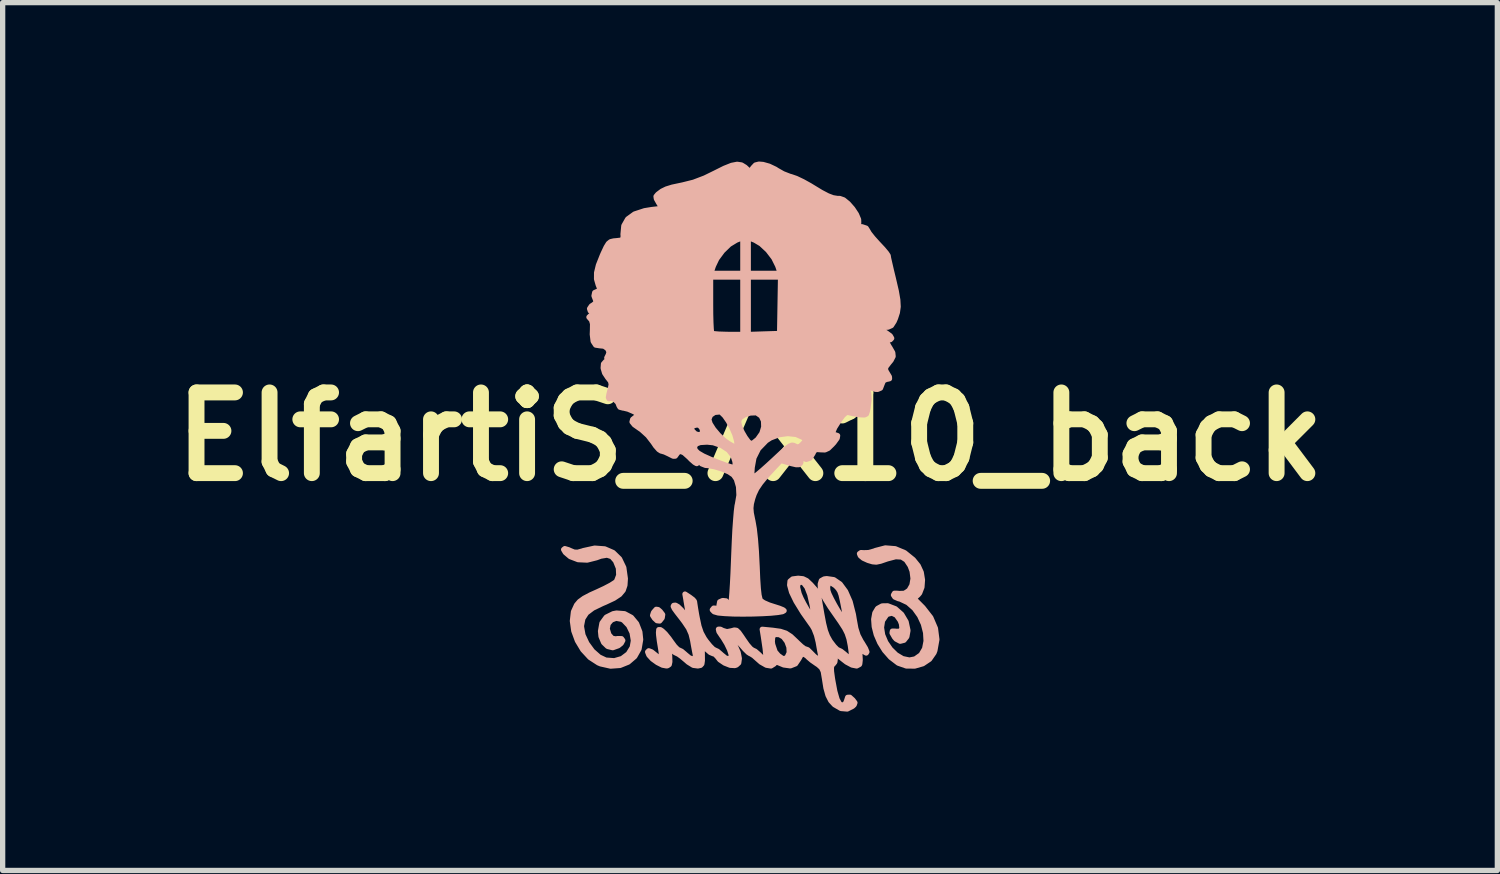
<source format=kicad_pcb>
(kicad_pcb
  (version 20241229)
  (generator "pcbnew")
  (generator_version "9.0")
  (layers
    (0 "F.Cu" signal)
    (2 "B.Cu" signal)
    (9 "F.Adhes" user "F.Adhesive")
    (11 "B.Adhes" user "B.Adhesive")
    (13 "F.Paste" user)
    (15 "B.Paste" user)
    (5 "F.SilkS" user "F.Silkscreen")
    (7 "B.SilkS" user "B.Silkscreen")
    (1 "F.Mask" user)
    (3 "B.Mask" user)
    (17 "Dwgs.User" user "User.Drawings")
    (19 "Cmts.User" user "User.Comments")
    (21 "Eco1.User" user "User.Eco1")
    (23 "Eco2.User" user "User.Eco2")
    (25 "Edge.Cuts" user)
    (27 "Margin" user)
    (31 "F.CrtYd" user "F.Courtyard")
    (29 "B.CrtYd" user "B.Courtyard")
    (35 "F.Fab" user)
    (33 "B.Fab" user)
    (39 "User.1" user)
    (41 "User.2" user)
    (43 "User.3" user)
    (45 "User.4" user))
  (footprint "ElfartiS_7x10_back"
    (layer "F.Cu")
    (at 11.111 5.194)
    (property "Reference" "ElfartiS_7x10_back" (at 0 0 0) (layer "F.SilkS") (effects (font (size 1.524 1.524) (thickness 0.3))))
    (attr exclude_from_pos_files exclude_from_bom)
    (fp_circle (center -0.15 0.3) (end -0.05 0.3) (stroke (width 0.15) (type solid)) (fill no) (layer "B.SilkS"))
    (fp_poly (pts (xy -1.65 3.36) (xy -1.659 3.42) (xy -1.662 3.425) (xy -1.706 3.48) (xy -1.756 3.474) (xy -1.804 3.429) (xy -1.839 3.375) (xy -1.823 3.323) (xy -1.81 3.305) (xy -1.771 3.261) (xy -1.736 3.266) (xy -1.695 3.301) (xy -1.65 3.36)) (stroke (width 0.1) (type solid)) (fill yes) (layer "B.SilkS"))
    (fp_poly (pts (xy -2.066 3.832) (xy -2.096 4.008) (xy -2.177 4.151) (xy -2.301 4.257) (xy -2.455 4.319) (xy -2.632 4.332) (xy -2.819 4.29) (xy -2.864 4.271) (xy -3.023 4.168) (xy -3.156 4.024) (xy -3.259 3.853) (xy -3.327 3.667) (xy -3.353 3.48) (xy -3.333 3.307) (xy -3.275 3.18) (xy -3.219 3.114) (xy -3.135 3.053) (xy -3.01 2.987) (xy -2.883 2.93) (xy -2.744 2.865) (xy -2.626 2.803) (xy -2.545 2.751) (xy -2.52 2.728) (xy -2.478 2.617) (xy -2.484 2.482) (xy -2.539 2.347) (xy -2.54 2.345) (xy -2.61 2.265) (xy -2.699 2.236) (xy -2.819 2.256) (xy -2.901 2.286) (xy -3.075 2.33) (xy -3.245 2.322) (xy -3.394 2.265) (xy -3.487 2.186) (xy -3.519 2.132) (xy -3.497 2.115) (xy -3.425 2.137) (xy -3.395 2.151) (xy -3.322 2.181) (xy -3.256 2.184) (xy -3.166 2.16) (xy -3.144 2.152) (xy -2.933 2.106) (xy -2.744 2.12) (xy -2.585 2.189) (xy -2.463 2.308) (xy -2.384 2.473) (xy -2.355 2.68) (xy -2.355 2.682) (xy -2.363 2.805) (xy -2.395 2.9) (xy -2.461 2.979) (xy -2.57 3.051) (xy -2.732 3.127) (xy -2.789 3.151) (xy -2.969 3.238) (xy -3.089 3.329) (xy -3.157 3.435) (xy -3.182 3.563) (xy -3.183 3.59) (xy -3.155 3.746) (xy -3.081 3.905) (xy -2.975 4.05) (xy -2.849 4.161) (xy -2.724 4.22) (xy -2.561 4.232) (xy -2.416 4.19) (xy -2.299 4.102) (xy -2.223 3.979) (xy -2.201 3.852) (xy -2.226 3.701) (xy -2.291 3.567) (xy -2.385 3.469) (xy -2.421 3.448) (xy -2.529 3.428) (xy -2.618 3.462) (xy -2.679 3.533) (xy -2.698 3.629) (xy -2.666 3.735) (xy -2.659 3.746) (xy -2.604 3.808) (xy -2.535 3.82) (xy -2.503 3.814) (xy -2.427 3.815) (xy -2.403 3.848) (xy -2.432 3.902) (xy -2.488 3.947) (xy -2.592 3.984) (xy -2.687 3.961) (xy -2.764 3.887) (xy -2.812 3.772) (xy -2.822 3.672) (xy -2.795 3.52) (xy -2.714 3.409) (xy -2.584 3.344) (xy -2.52 3.332) (xy -2.369 3.344) (xy -2.24 3.413) (xy -2.142 3.531) (xy -2.081 3.688) (xy -2.066 3.832)) (stroke (width 0.1) (type solid)) (fill yes) (layer "B.SilkS"))
    (fp_poly (pts (xy 3.527 3.83) (xy 3.49 4.037) (xy 3.473 4.081) (xy 3.389 4.202) (xy 3.262 4.287) (xy 3.109 4.331) (xy 2.95 4.329) (xy 2.801 4.277) (xy 2.792 4.271) (xy 2.655 4.166) (xy 2.541 4.036) (xy 2.45 3.89) (xy 2.384 3.737) (xy 2.346 3.587) (xy 2.336 3.448) (xy 2.357 3.331) (xy 2.409 3.244) (xy 2.495 3.197) (xy 2.599 3.195) (xy 2.743 3.25) (xy 2.863 3.356) (xy 2.946 3.496) (xy 2.98 3.655) (xy 2.98 3.666) (xy 2.96 3.777) (xy 2.907 3.844) (xy 2.835 3.862) (xy 2.759 3.822) (xy 2.728 3.786) (xy 2.683 3.708) (xy 2.688 3.673) (xy 2.745 3.674) (xy 2.76 3.677) (xy 2.836 3.675) (xy 2.87 3.625) (xy 2.86 3.535) (xy 2.835 3.471) (xy 2.765 3.372) (xy 2.682 3.331) (xy 2.597 3.352) (xy 2.573 3.37) (xy 2.501 3.476) (xy 2.481 3.604) (xy 2.503 3.744) (xy 2.562 3.884) (xy 2.65 4.013) (xy 2.758 4.119) (xy 2.88 4.192) (xy 3.009 4.219) (xy 3.119 4.198) (xy 3.229 4.12) (xy 3.297 4.004) (xy 3.325 3.86) (xy 3.316 3.701) (xy 3.274 3.537) (xy 3.202 3.381) (xy 3.103 3.243) (xy 2.98 3.134) (xy 2.836 3.066) (xy 2.802 3.058) (xy 2.735 3.029) (xy 2.709 2.99) (xy 2.727 2.958) (xy 2.789 2.959) (xy 2.81 2.963) (xy 2.918 2.959) (xy 3.003 2.902) (xy 3.058 2.805) (xy 3.079 2.68) (xy 3.061 2.539) (xy 3.023 2.438) (xy 2.95 2.328) (xy 2.863 2.272) (xy 2.749 2.266) (xy 2.596 2.306) (xy 2.58 2.311) (xy 2.464 2.351) (xy 2.384 2.368) (xy 2.315 2.362) (xy 2.232 2.337) (xy 2.229 2.336) (xy 2.139 2.295) (xy 2.083 2.249) (xy 2.067 2.21) (xy 2.095 2.19) (xy 2.151 2.193) (xy 2.238 2.19) (xy 2.344 2.161) (xy 2.371 2.15) (xy 2.555 2.102) (xy 2.741 2.117) (xy 2.92 2.192) (xy 3.082 2.323) (xy 3.175 2.438) (xy 3.232 2.563) (xy 3.255 2.705) (xy 3.245 2.842) (xy 3.202 2.953) (xy 3.173 2.987) (xy 3.095 3.057) (xy 3.267 3.23) (xy 3.413 3.417) (xy 3.5 3.62) (xy 3.527 3.83)) (stroke (width 0.1) (type solid)) (fill yes) (layer "B.SilkS"))
    (fp_poly (pts (xy 2.206 4.064) (xy 2.193 4.085) (xy 2.143 4.056) (xy 2.123 4.039) (xy 2.081 4.005) (xy 2.065 4.012) (xy 2.068 4.07) (xy 2.074 4.119) (xy 2.079 4.217) (xy 2.071 4.289) (xy 2.066 4.301) (xy 2.013 4.329) (xy 1.927 4.312) (xy 1.822 4.256) (xy 1.749 4.199) (xy 1.673 4.138) (xy 1.617 4.102) (xy 1.604 4.098) (xy 1.565 4.072) (xy 1.53 4.027) (xy 1.487 3.976) (xy 1.465 3.986) (xy 1.47 4.053) (xy 1.475 4.075) (xy 1.505 4.135) (xy 1.54 4.144) (xy 1.586 4.151) (xy 1.608 4.197) (xy 1.601 4.255) (xy 1.574 4.289) (xy 1.547 4.316) (xy 1.535 4.359) (xy 1.537 4.431) (xy 1.553 4.55) (xy 1.56 4.595) (xy 1.6 4.81) (xy 1.643 4.96) (xy 1.69 5.047) (xy 1.743 5.075) (xy 1.752 5.074) (xy 1.804 5.035) (xy 1.823 4.987) (xy 1.844 4.923) (xy 1.884 4.921) (xy 1.942 4.973) (xy 1.98 5.024) (xy 1.966 5.063) (xy 1.936 5.091) (xy 1.835 5.142) (xy 1.718 5.132) (xy 1.597 5.062) (xy 1.595 5.061) (xy 1.525 4.985) (xy 1.473 4.883) (xy 1.434 4.743) (xy 1.403 4.548) (xy 1.402 4.544) (xy 1.383 4.432) (xy 1.35 4.363) (xy 1.291 4.309) (xy 1.256 4.286) (xy 1.167 4.224) (xy 1.099 4.166) (xy 1.088 4.153) (xy 1.021 4.103) (xy 0.964 4.119) (xy 0.92 4.198) (xy 0.858 4.289) (xy 0.761 4.327) (xy 0.741 4.324) (xy 0.741 4.079) (xy 0.736 3.975) (xy 0.697 3.869) (xy 0.632 3.782) (xy 0.556 3.738) (xy 0.471 3.733) (xy 0.427 3.775) (xy 0.42 3.87) (xy 0.427 3.924) (xy 0.474 4.063) (xy 0.534 4.133) (xy 0.607 4.185) (xy 0.654 4.195) (xy 0.697 4.166) (xy 0.704 4.159) (xy 0.741 4.079) (xy 0.741 4.324) (xy 0.638 4.31) (xy 0.595 4.292) (xy 0.52 4.261) (xy 0.48 4.262) (xy 0.453 4.293) (xy 0.395 4.329) (xy 0.309 4.315) (xy 0.207 4.257) (xy 0.141 4.199) (xy 0.07 4.136) (xy 0.015 4.101) (xy 0.004 4.098) (xy -0.035 4.073) (xy -0.098 4.011) (xy -0.14 3.962) (xy -0.21 3.885) (xy -0.27 3.836) (xy -0.294 3.827) (xy -0.329 3.832) (xy -0.333 3.858) (xy -0.303 3.917) (xy -0.271 3.97) (xy -0.225 4.075) (xy -0.204 4.182) (xy -0.203 4.19) (xy -0.214 4.272) (xy -0.257 4.311) (xy -0.287 4.321) (xy -0.374 4.316) (xy -0.478 4.275) (xy -0.57 4.213) (xy -0.622 4.148) (xy -0.668 4.103) (xy -0.695 4.098) (xy -0.751 4.074) (xy -0.819 4.015) (xy -0.827 4.006) (xy -0.906 3.914) (xy -0.902 4.116) (xy -0.901 4.228) (xy -0.91 4.29) (xy -0.935 4.318) (xy -0.983 4.328) (xy -0.988 4.328) (xy -1.071 4.317) (xy -1.166 4.258) (xy -1.212 4.218) (xy -1.292 4.151) (xy -1.353 4.107) (xy -1.373 4.098) (xy -1.416 4.077) (xy -1.465 4.04) (xy -1.502 4.009) (xy -1.52 4.015) (xy -1.523 4.068) (xy -1.518 4.15) (xy -1.515 4.251) (xy -1.526 4.303) (xy -1.558 4.325) (xy -1.576 4.328) (xy -1.652 4.314) (xy -1.749 4.265) (xy -1.842 4.198) (xy -1.908 4.126) (xy -1.909 4.125) (xy -1.933 4.065) (xy -1.912 4.044) (xy -1.859 4.064) (xy -1.795 4.115) (xy -1.728 4.17) (xy -1.682 4.194) (xy -1.674 4.192) (xy -1.67 4.151) (xy -1.677 4.064) (xy -1.691 3.976) (xy -1.711 3.854) (xy -1.724 3.748) (xy -1.727 3.7) (xy -1.722 3.645) (xy -1.692 3.646) (xy -1.659 3.668) (xy -1.601 3.723) (xy -1.529 3.812) (xy -1.486 3.873) (xy -1.422 3.96) (xy -1.366 4.017) (xy -1.34 4.03) (xy -1.291 4.053) (xy -1.225 4.109) (xy -1.219 4.115) (xy -1.141 4.179) (xy -1.075 4.2) (xy -1.035 4.179) (xy -1.031 4.123) (xy -1.046 4.048) (xy -1.067 3.936) (xy -1.082 3.849) (xy -1.112 3.725) (xy -1.16 3.616) (xy -1.241 3.495) (xy -1.286 3.435) (xy -1.377 3.318) (xy -1.43 3.245) (xy -1.449 3.204) (xy -1.441 3.187) (xy -1.409 3.183) (xy -1.408 3.183) (xy -1.362 3.209) (xy -1.296 3.273) (xy -1.252 3.327) (xy -1.144 3.471) (xy -1.166 3.336) (xy -1.187 3.214) (xy -1.207 3.097) (xy -1.208 3.087) (xy -1.228 2.973) (xy -1.139 3.031) (xy -1.077 3.078) (xy -1.05 3.111) (xy -1.05 3.111) (xy -1.044 3.152) (xy -1.03 3.243) (xy -1.009 3.367) (xy -1 3.414) (xy -0.965 3.58) (xy -0.923 3.704) (xy -0.864 3.812) (xy -0.828 3.863) (xy -0.757 3.951) (xy -0.696 4.012) (xy -0.663 4.03) (xy -0.613 4.053) (xy -0.548 4.109) (xy -0.542 4.115) (xy -0.457 4.184) (xy -0.389 4.195) (xy -0.357 4.167) (xy -0.356 4.112) (xy -0.386 4.02) (xy -0.439 3.909) (xy -0.506 3.799) (xy -0.529 3.767) (xy -0.586 3.682) (xy -0.596 3.637) (xy -0.56 3.637) (xy -0.516 3.66) (xy -0.436 3.684) (xy -0.35 3.667) (xy -0.296 3.652) (xy -0.255 3.658) (xy -0.213 3.698) (xy -0.155 3.78) (xy -0.121 3.831) (xy -0.052 3.93) (xy 0.009 4.001) (xy 0.048 4.03) (xy 0.049 4.03) (xy 0.098 4.053) (xy 0.163 4.109) (xy 0.169 4.115) (xy 0.231 4.175) (xy 0.271 4.2) (xy 0.293 4.182) (xy 0.298 4.117) (xy 0.286 3.999) (xy 0.26 3.821) (xy 0.253 3.775) (xy 0.231 3.638) (xy 0.429 3.657) (xy 0.571 3.677) (xy 0.676 3.711) (xy 0.77 3.772) (xy 0.876 3.872) (xy 0.895 3.891) (xy 0.971 3.962) (xy 1.03 4.005) (xy 1.053 4.011) (xy 1.089 4.024) (xy 1.141 4.075) (xy 1.141 4.075) (xy 1.215 4.15) (xy 1.28 4.196) (xy 1.335 4.22) (xy 1.347 4.199) (xy 1.34 4.159) (xy 1.325 4.083) (xy 1.304 3.97) (xy 1.288 3.878) (xy 1.256 3.748) (xy 1.21 3.63) (xy 1.209 3.628) (xy 1.209 3.442) (xy 1.208 3.407) (xy 1.197 3.322) (xy 1.178 3.204) (xy 1.173 3.175) (xy 1.129 2.982) (xy 1.075 2.843) (xy 1.014 2.762) (xy 0.963 2.743) (xy 0.908 2.767) (xy 0.895 2.84) (xy 0.926 2.965) (xy 0.929 2.973) (xy 0.963 3.053) (xy 1.015 3.154) (xy 1.075 3.259) (xy 1.133 3.352) (xy 1.18 3.419) (xy 1.207 3.443) (xy 1.209 3.442) (xy 1.209 3.628) (xy 1.177 3.573) (xy 1 3.322) (xy 0.869 3.109) (xy 0.785 2.935) (xy 0.749 2.803) (xy 0.756 2.729) (xy 0.806 2.688) (xy 0.909 2.675) (xy 0.998 2.684) (xy 1.07 2.719) (xy 1.15 2.795) (xy 1.164 2.811) (xy 1.232 2.888) (xy 1.277 2.94) (xy 1.287 2.955) (xy 1.293 2.99) (xy 1.307 3.077) (xy 1.329 3.205) (xy 1.353 3.344) (xy 1.388 3.53) (xy 1.422 3.666) (xy 1.461 3.769) (xy 1.51 3.857) (xy 1.524 3.877) (xy 1.589 3.962) (xy 1.644 4.018) (xy 1.668 4.03) (xy 1.716 4.052) (xy 1.785 4.106) (xy 1.801 4.121) (xy 1.866 4.174) (xy 1.909 4.195) (xy 1.914 4.193) (xy 1.918 4.153) (xy 1.911 4.065) (xy 1.895 3.947) (xy 1.893 3.936) (xy 1.869 3.815) (xy 1.836 3.715) (xy 1.809 3.66) (xy 1.809 3.458) (xy 1.798 3.377) (xy 1.778 3.264) (xy 1.775 3.247) (xy 1.744 3.091) (xy 1.72 2.987) (xy 1.695 2.918) (xy 1.664 2.868) (xy 1.622 2.823) (xy 1.611 2.813) (xy 1.533 2.761) (xy 1.482 2.769) (xy 1.463 2.836) (xy 1.468 2.906) (xy 1.49 2.97) (xy 1.537 3.067) (xy 1.598 3.181) (xy 1.665 3.296) (xy 1.729 3.396) (xy 1.78 3.465) (xy 1.808 3.488) (xy 1.809 3.458) (xy 1.809 3.66) (xy 1.785 3.614) (xy 1.705 3.491) (xy 1.652 3.415) (xy 1.514 3.217) (xy 1.417 3.061) (xy 1.357 2.939) (xy 1.329 2.844) (xy 1.327 2.783) (xy 1.347 2.718) (xy 1.401 2.688) (xy 1.448 2.682) (xy 1.581 2.701) (xy 1.701 2.783) (xy 1.804 2.923) (xy 1.889 3.116) (xy 1.951 3.359) (xy 1.966 3.45) (xy 1.997 3.621) (xy 2.038 3.751) (xy 2.097 3.864) (xy 2.118 3.896) (xy 2.18 3.999) (xy 2.206 4.064)) (stroke (width 0.1) (type solid)) (fill yes) (layer "B.SilkS"))
    (fp_poly (pts (xy 2.796 -2.454) (xy 2.781 -2.344) (xy 2.746 -2.236) (xy 2.72 -2.176) (xy 2.669 -2.097) (xy 2.604 -2.068) (xy 2.57 -2.066) (xy 2.493 -2.057) (xy 2.48 -2.029) (xy 2.533 -1.982) (xy 2.574 -1.957) (xy 2.648 -1.903) (xy 2.674 -1.857) (xy 2.649 -1.831) (xy 2.625 -1.829) (xy 2.583 -1.818) (xy 2.582 -1.78) (xy 2.624 -1.704) (xy 2.642 -1.676) (xy 2.694 -1.585) (xy 2.701 -1.516) (xy 2.663 -1.442) (xy 2.621 -1.391) (xy 2.567 -1.32) (xy 2.553 -1.273) (xy 2.575 -1.222) (xy 2.587 -1.203) (xy 2.631 -1.129) (xy 2.633 -1.094) (xy 2.591 -1.084) (xy 2.577 -1.084) (xy 2.518 -1.055) (xy 2.49 -0.986) (xy 2.472 -0.939) (xy 2.472 -1.072) (xy 2.462 -1.102) (xy 2.423 -1.137) (xy 2.356 -1.177) (xy 2.321 -1.182) (xy 2.33 -1.156) (xy 2.37 -1.119) (xy 2.433 -1.079) (xy 2.471 -1.071) (xy 2.472 -1.072) (xy 2.472 -0.939) (xy 2.463 -0.916) (xy 2.409 -0.893) (xy 2.371 -0.894) (xy 2.276 -0.923) (xy 2.209 -0.974) (xy 2.149 -1.023) (xy 2.11 -1.015) (xy 2.1 -0.971) (xy 2.114 -0.953) (xy 2.121 -0.958) (xy 2.154 -0.951) (xy 2.201 -0.906) (xy 2.239 -0.826) (xy 2.247 -0.708) (xy 2.227 -0.542) (xy 2.214 -0.478) (xy 2.197 -0.428) (xy 2.161 -0.41) (xy 2.083 -0.414) (xy 2.054 -0.417) (xy 1.951 -0.435) (xy 1.87 -0.453) (xy 1.855 -0.458) (xy 1.81 -0.452) (xy 1.751 -0.398) (xy 1.679 -0.299) (xy 1.599 -0.172) (xy 1.564 -0.089) (xy 1.571 -0.045) (xy 1.609 -0.034) (xy 1.653 -0.019) (xy 1.645 0.029) (xy 1.584 0.113) (xy 1.552 0.148) (xy 1.477 0.221) (xy 1.422 0.246) (xy 1.422 0.085) (xy 1.405 0.068) (xy 1.389 0.085) (xy 1.405 0.102) (xy 1.422 0.085) (xy 1.422 0.246) (xy 1.414 0.25) (xy 1.338 0.247) (xy 1.333 0.247) (xy 1.253 0.241) (xy 1.21 0.27) (xy 1.187 0.318) (xy 1.132 0.405) (xy 1.061 0.429) (xy 1.044 0.421) (xy 1.044 0.053) (xy 1.004 0.018) (xy 1.002 0.015) (xy 0.873 -0.042) (xy 0.73 -0.057) (xy 0.73 -0.194) (xy 0.723 -0.22) (xy 0.691 -0.262) (xy 0.655 -0.268) (xy 0.643 -0.243) (xy 0.67 -0.189) (xy 0.716 -0.169) (xy 0.73 -0.194) (xy 0.73 -0.057) (xy 0.713 -0.059) (xy 0.6 -0.044) (xy 0.6 -0.518) (xy 0.598 -0.531) (xy 0.577 -0.528) (xy 0.577 -3.014) (xy 0.572 -3.014) (xy 0.572 -3.082) (xy 0.523 -3.226) (xy 0.449 -3.375) (xy 0.338 -3.52) (xy 0.209 -3.64) (xy 0.093 -3.709) (xy -0.034 -3.76) (xy -0.034 -3.421) (xy -0.034 -3.082) (xy 0.269 -3.082) (xy 0.572 -3.082) (xy 0.572 -3.014) (xy 0.272 -3.014) (xy -0.034 -3.014) (xy -0.034 -2.471) (xy -0.034 -1.928) (xy 0.262 -1.938) (xy 0.559 -1.947) (xy 0.568 -2.481) (xy 0.577 -3.014) (xy 0.577 -0.528) (xy 0.563 -0.525) (xy 0.51 -0.48) (xy 0.456 -0.414) (xy 0.417 -0.346) (xy 0.406 -0.306) (xy 0.418 -0.247) (xy 0.451 -0.25) (xy 0.504 -0.316) (xy 0.539 -0.375) (xy 0.581 -0.46) (xy 0.6 -0.518) (xy 0.6 -0.044) (xy 0.543 -0.036) (xy 0.385 0.025) (xy 0.305 0.077) (xy 0.26 0.124) (xy 0.26 -0.182) (xy 0.256 -0.297) (xy 0.212 -0.39) (xy 0.131 -0.446) (xy 0.113 -0.451) (xy 0.003 -0.447) (xy -0.102 -0.413) (xy -0.135 -0.392) (xy -0.135 -1.93) (xy -0.135 -2.472) (xy -0.135 -3.014) (xy -0.135 -3.082) (xy -0.135 -3.421) (xy -0.135 -3.76) (xy -0.262 -3.709) (xy -0.392 -3.63) (xy -0.52 -3.506) (xy -0.628 -3.36) (xy -0.692 -3.226) (xy -0.741 -3.082) (xy -0.438 -3.082) (xy -0.135 -3.082) (xy -0.135 -3.014) (xy -0.44 -3.014) (xy -0.745 -3.014) (xy -0.745 -2.495) (xy -0.744 -2.314) (xy -0.74 -2.157) (xy -0.734 -2.037) (xy -0.727 -1.966) (xy -0.722 -1.953) (xy -0.68 -1.943) (xy -0.588 -1.935) (xy -0.463 -1.931) (xy -0.418 -1.93) (xy -0.135 -1.93) (xy -0.135 -0.392) (xy -0.181 -0.364) (xy -0.212 -0.31) (xy -0.213 -0.26) (xy -0.193 -0.182) (xy -0.149 -0.083) (xy -0.092 0.015) (xy -0.034 0.094) (xy 0.013 0.134) (xy 0.021 0.135) (xy 0.068 0.113) (xy 0.135 0.059) (xy 0.147 0.047) (xy 0.224 -0.062) (xy 0.26 -0.182) (xy 0.26 0.124) (xy 0.159 0.228) (xy 0.073 0.4) (xy 0.04 0.582) (xy 0.033 0.694) (xy 0.037 0.751) (xy 0.054 0.766) (xy 0.089 0.752) (xy 0.09 0.751) (xy 0.139 0.715) (xy 0.225 0.643) (xy 0.336 0.544) (xy 0.46 0.43) (xy 0.465 0.425) (xy 0.595 0.304) (xy 0.686 0.224) (xy 0.749 0.178) (xy 0.792 0.161) (xy 0.826 0.166) (xy 0.844 0.176) (xy 0.9 0.199) (xy 0.95 0.179) (xy 0.99 0.141) (xy 1.04 0.086) (xy 1.044 0.053) (xy 1.044 0.421) (xy 0.981 0.388) (xy 0.929 0.358) (xy 0.913 0.375) (xy 0.947 0.425) (xy 0.961 0.479) (xy 0.951 0.504) (xy 0.923 0.528) (xy 0.873 0.529) (xy 0.781 0.508) (xy 0.752 0.499) (xy 0.581 0.449) (xy 0.449 0.589) (xy 0.303 0.748) (xy 0.199 0.875) (xy 0.126 0.983) (xy 0.077 1.086) (xy 0.05 1.165) (xy 0.024 1.266) (xy 0.015 1.349) (xy 0.022 1.44) (xy 0.047 1.565) (xy 0.054 1.596) (xy 0.079 1.739) (xy 0.101 1.936) (xy 0.119 2.17) (xy 0.132 2.43) (xy 0.133 2.443) (xy 0.143 2.685) (xy 0.155 2.865) (xy 0.169 2.991) (xy 0.187 3.068) (xy 0.201 3.096) (xy 0.258 3.135) (xy 0.356 3.178) (xy 0.446 3.207) (xy 0.55 3.24) (xy 0.621 3.269) (xy 0.643 3.286) (xy 0.612 3.304) (xy 0.524 3.319) (xy 0.394 3.332) (xy 0.232 3.341) (xy 0.052 3.347) (xy -0.135 3.349) (xy -0.317 3.347) (xy -0.481 3.339) (xy -0.601 3.328) (xy -0.678 3.306) (xy -0.711 3.271) (xy -0.711 3.269) (xy -0.686 3.238) (xy -0.643 3.241) (xy -0.593 3.243) (xy -0.583 3.197) (xy -0.584 3.183) (xy -0.572 3.119) (xy -0.516 3.095) (xy -0.453 3.102) (xy -0.44 3.133) (xy -0.426 3.179) (xy -0.393 3.172) (xy -0.36 3.118) (xy -0.357 3.107) (xy -0.349 3.053) (xy -0.34 2.941) (xy -0.33 2.783) (xy -0.32 2.588) (xy -0.311 2.367) (xy -0.305 2.218) (xy -0.295 1.982) (xy -0.284 1.761) (xy -0.27 1.568) (xy -0.257 1.412) (xy -0.244 1.306) (xy -0.236 1.271) (xy -0.208 1.107) (xy -0.216 0.944) (xy -0.243 0.852) (xy -0.243 0.163) (xy -0.252 0.081) (xy -0.253 0.076) (xy -0.286 -0.041) (xy -0.342 -0.17) (xy -0.409 -0.293) (xy -0.479 -0.394) (xy -0.542 -0.456) (xy -0.568 -0.468) (xy -0.67 -0.458) (xy -0.747 -0.406) (xy -0.779 -0.327) (xy -0.779 -0.324) (xy -0.754 -0.243) (xy -0.688 -0.139) (xy -0.595 -0.029) (xy -0.489 0.071) (xy -0.411 0.127) (xy -0.313 0.183) (xy -0.26 0.196) (xy -0.243 0.163) (xy -0.243 0.852) (xy -0.257 0.803) (xy -0.277 0.774) (xy -0.277 0.54) (xy -0.284 0.469) (xy -0.315 0.375) (xy -0.322 0.359) (xy -0.406 0.253) (xy -0.536 0.168) (xy -0.692 0.114) (xy -0.81 0.102) (xy -0.896 0.107) (xy -0.896 -0.12) (xy -0.915 -0.17) (xy -0.964 -0.221) (xy -1.027 -0.218) (xy -1.096 -0.193) (xy -1.112 -0.164) (xy -1.087 -0.107) (xy -1.085 -0.105) (xy -1.03 -0.051) (xy -0.96 -0.034) (xy -0.903 -0.06) (xy -0.898 -0.067) (xy -0.896 -0.12) (xy -0.896 0.107) (xy -0.943 0.11) (xy -1.02 0.139) (xy -1.049 0.192) (xy -1.05 0.206) (xy -1.034 0.258) (xy -0.982 0.309) (xy -0.886 0.365) (xy -0.739 0.431) (xy -0.585 0.492) (xy -0.446 0.543) (xy -0.358 0.571) (xy -0.309 0.579) (xy -0.286 0.567) (xy -0.277 0.54) (xy -0.277 0.774) (xy -0.311 0.724) (xy -0.396 0.666) (xy -0.523 0.611) (xy -0.667 0.568) (xy -0.801 0.544) (xy -0.839 0.542) (xy -0.915 0.512) (xy -0.948 0.457) (xy -0.986 0.395) (xy -1.024 0.375) (xy -1.049 0.382) (xy -1.024 0.395) (xy -0.991 0.431) (xy -0.983 0.479) (xy -1.005 0.508) (xy -1.009 0.508) (xy -1.047 0.486) (xy -1.112 0.429) (xy -1.151 0.389) (xy -1.245 0.305) (xy -1.312 0.275) (xy -1.363 0.299) (xy -1.385 0.33) (xy -1.412 0.367) (xy -1.448 0.369) (xy -1.514 0.336) (xy -1.525 0.33) (xy -1.61 0.29) (xy -1.675 0.271) (xy -1.679 0.271) (xy -1.722 0.244) (xy -1.783 0.175) (xy -1.829 0.107) (xy -1.928 -0.021) (xy -1.998 -0.085) (xy -1.998 -0.271) (xy -2.025 -0.301) (xy -2.047 -0.305) (xy -2.105 -0.284) (xy -2.117 -0.271) (xy -2.106 -0.244) (xy -2.068 -0.237) (xy -2.012 -0.251) (xy -1.998 -0.271) (xy -1.998 -0.085) (xy -2.049 -0.131) (xy -2.083 -0.154) (xy -2.184 -0.225) (xy -2.227 -0.279) (xy -2.215 -0.326) (xy -2.161 -0.369) (xy -2.116 -0.4) (xy -2.116 -0.424) (xy -2.167 -0.458) (xy -2.203 -0.477) (xy -2.3 -0.519) (xy -2.386 -0.54) (xy -2.396 -0.54) (xy -2.456 -0.556) (xy -2.457 -0.558) (xy -2.457 -1.386) (xy -2.468 -1.419) (xy -2.508 -1.44) (xy -2.58 -1.449) (xy -2.604 -1.423) (xy -2.592 -1.391) (xy -2.541 -1.358) (xy -2.479 -1.366) (xy -2.457 -1.386) (xy -2.457 -0.558) (xy -2.472 -0.582) (xy -2.496 -0.644) (xy -2.551 -0.7) (xy -2.611 -0.725) (xy -2.628 -0.722) (xy -2.662 -0.716) (xy -2.673 -0.741) (xy -2.661 -0.809) (xy -2.639 -0.893) (xy -2.62 -0.984) (xy -2.632 -1.044) (xy -2.682 -1.109) (xy -2.686 -1.113) (xy -2.745 -1.202) (xy -2.772 -1.294) (xy -2.766 -1.372) (xy -2.726 -1.418) (xy -2.699 -1.423) (xy -2.651 -1.429) (xy -2.666 -1.449) (xy -2.673 -1.454) (xy -2.704 -1.488) (xy -2.681 -1.534) (xy -2.677 -1.539) (xy -2.66 -1.602) (xy -2.692 -1.665) (xy -2.756 -1.709) (xy -2.837 -1.717) (xy -2.914 -1.729) (xy -2.961 -1.8) (xy -2.977 -1.932) (xy -2.974 -2.01) (xy -2.972 -2.13) (xy -2.992 -2.201) (xy -3.013 -2.224) (xy -3.041 -2.256) (xy -3.016 -2.281) (xy -2.972 -2.3) (xy -2.898 -2.335) (xy -2.884 -2.358) (xy -2.933 -2.364) (xy -2.955 -2.362) (xy -3.016 -2.374) (xy -3.029 -2.415) (xy -2.995 -2.466) (xy -2.957 -2.49) (xy -2.907 -2.531) (xy -2.914 -2.576) (xy -2.945 -2.658) (xy -2.932 -2.72) (xy -2.88 -2.743) (xy -2.84 -2.748) (xy -2.832 -2.773) (xy -2.854 -2.838) (xy -2.866 -2.867) (xy -2.897 -2.976) (xy -2.896 -3.095) (xy -2.862 -3.236) (xy -2.791 -3.415) (xy -2.771 -3.461) (xy -2.716 -3.578) (xy -2.674 -3.646) (xy -2.632 -3.68) (xy -2.574 -3.694) (xy -2.527 -3.698) (xy -2.439 -3.708) (xy -2.401 -3.731) (xy -2.394 -3.785) (xy -2.397 -3.821) (xy -2.382 -3.981) (xy -2.31 -4.108) (xy -2.179 -4.203) (xy -1.99 -4.265) (xy -1.854 -4.287) (xy -1.659 -4.309) (xy -1.727 -4.419) (xy -1.768 -4.492) (xy -1.774 -4.535) (xy -1.745 -4.571) (xy -1.735 -4.58) (xy -1.663 -4.634) (xy -1.579 -4.675) (xy -1.466 -4.71) (xy -1.306 -4.744) (xy -1.268 -4.752) (xy -1.064 -4.803) (xy -0.854 -4.883) (xy -0.666 -4.975) (xy -0.484 -5.066) (xy -0.346 -5.121) (xy -0.243 -5.141) (xy -0.162 -5.129) (xy -0.093 -5.087) (xy -0.078 -5.073) (xy 0.001 -4.999) (xy 0.056 -5.077) (xy 0.104 -5.128) (xy 0.168 -5.144) (xy 0.244 -5.138) (xy 0.358 -5.106) (xy 0.478 -5.049) (xy 0.508 -5.029) (xy 0.623 -4.964) (xy 0.748 -4.915) (xy 0.778 -4.907) (xy 0.871 -4.875) (xy 0.997 -4.815) (xy 1.134 -4.739) (xy 1.178 -4.712) (xy 1.343 -4.612) (xy 1.467 -4.547) (xy 1.565 -4.51) (xy 1.65 -4.496) (xy 1.693 -4.496) (xy 1.767 -4.47) (xy 1.853 -4.4) (xy 1.938 -4.303) (xy 2.008 -4.197) (xy 2.049 -4.1) (xy 2.051 -4.044) (xy 2.046 -3.983) (xy 2.085 -3.963) (xy 2.114 -3.962) (xy 2.192 -3.936) (xy 2.219 -3.893) (xy 2.252 -3.837) (xy 2.321 -3.75) (xy 2.41 -3.651) (xy 2.424 -3.636) (xy 2.511 -3.543) (xy 2.576 -3.465) (xy 2.607 -3.418) (xy 2.608 -3.414) (xy 2.615 -3.369) (xy 2.637 -3.273) (xy 2.668 -3.138) (xy 2.707 -2.978) (xy 2.712 -2.956) (xy 2.761 -2.745) (xy 2.789 -2.583) (xy 2.796 -2.454)) (stroke (width 0.1) (type solid)) (fill yes) (layer "B.SilkS")))
  (gr_rect
    (start -3 -3)
    (end 25.221 13.385)
    (stroke (width 0.1) (type default))
    (fill no)
    (layer "Edge.Cuts")))
</source>
